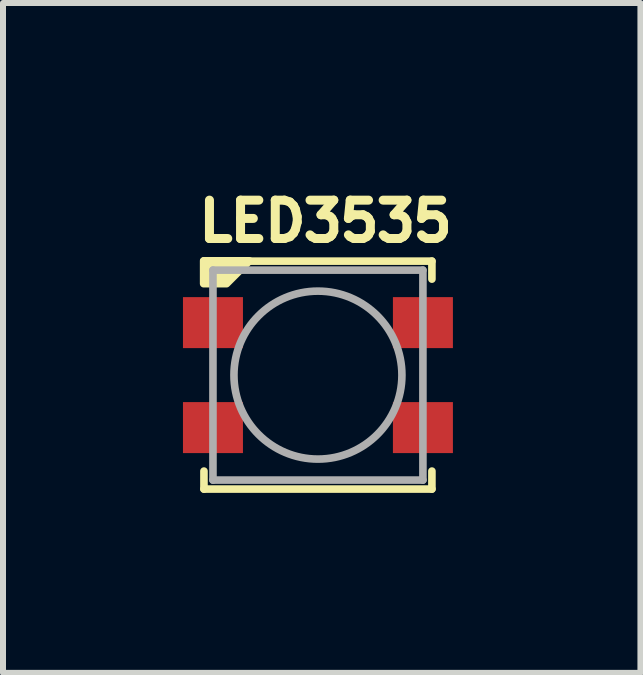
<source format=kicad_pcb>
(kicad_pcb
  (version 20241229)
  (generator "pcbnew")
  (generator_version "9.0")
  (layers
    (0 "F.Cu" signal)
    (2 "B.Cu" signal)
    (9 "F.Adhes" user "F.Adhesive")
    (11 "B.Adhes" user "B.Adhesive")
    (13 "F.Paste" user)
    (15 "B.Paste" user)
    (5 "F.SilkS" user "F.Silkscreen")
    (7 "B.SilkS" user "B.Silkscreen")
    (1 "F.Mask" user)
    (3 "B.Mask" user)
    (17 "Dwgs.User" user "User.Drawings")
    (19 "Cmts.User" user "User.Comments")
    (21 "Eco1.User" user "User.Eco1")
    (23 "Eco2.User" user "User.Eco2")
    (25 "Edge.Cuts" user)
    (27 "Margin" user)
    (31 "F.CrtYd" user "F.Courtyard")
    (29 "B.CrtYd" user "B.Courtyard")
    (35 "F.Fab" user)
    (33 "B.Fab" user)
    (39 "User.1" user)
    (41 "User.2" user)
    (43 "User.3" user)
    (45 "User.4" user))
  (footprint "LED3535"
    (layer "F.Cu")
    (at 2.25 3.203)
    (property "Reference" "LED3535" (at 0.127 -2.565 0) (layer "F.SilkS") (effects (font (size 0.64 0.64) (thickness 0.15))))
    (attr smd)
    (fp_line (start -1.9 -1.9) (end 1.9 -1.9) (stroke (width 0.127) (type solid)) (layer "F.SilkS"))
    (fp_line (start -1.9 -1.6) (end -1.9 -1.9) (stroke (width 0.127) (type solid)) (layer "F.SilkS"))
    (fp_line (start -1.9 1.6) (end -1.9 1.9) (stroke (width 0.127) (type solid)) (layer "F.SilkS"))
    (fp_line (start -1.9 1.9) (end 1.9 1.9) (stroke (width 0.127) (type solid)) (layer "F.SilkS"))
    (fp_line (start 1.9 -1.9) (end 1.9 -1.6) (stroke (width 0.127) (type solid)) (layer "F.SilkS"))
    (fp_line (start 1.9 1.9) (end 1.9 1.6) (stroke (width 0.127) (type solid)) (layer "F.SilkS"))
    (fp_poly (pts (xy -1.905 -1.905) (xy -1.905 -1.524) (xy -1.524 -1.524) (xy -1.143 -1.905)) (stroke (width 0.127) (type solid)) (fill yes) (layer "F.SilkS"))
    (fp_line (start -1.75 -1.75) (end 1.75 -1.75) (stroke (width 0.127) (type solid)) (layer "F.Fab"))
    (fp_line (start -1.75 1.75) (end -1.75 -1.75) (stroke (width 0.127) (type solid)) (layer "F.Fab"))
    (fp_line (start 1.75 -1.75) (end 1.75 1.75) (stroke (width 0.127) (type solid)) (layer "F.Fab"))
    (fp_line (start 1.75 1.75) (end -1.75 1.75) (stroke (width 0.127) (type solid)) (layer "F.Fab"))
    (fp_circle (center 0 0) (end 1.4 0) (stroke (width 0.127) (type solid)) (fill no) (layer "F.Fab"))
    (pad "1" smd rect (at -1.75 -0.875 90) (size 0.85 1) (layers "F.Cu" "F.Mask" "F.Paste"))
    (pad "2" smd rect (at -1.75 0.875 90) (size 0.85 1) (layers "F.Cu" "F.Mask" "F.Paste"))
    (pad "3" smd rect (at 1.75 0.875 90) (size 0.85 1) (layers "F.Cu" "F.Mask" "F.Paste"))
    (pad "4" smd rect (at 1.75 -0.875 90) (size 0.85 1) (layers "F.Cu" "F.Mask" "F.Paste")))
  (gr_rect
    (start -3 -3)
    (end 7.626 8.167)
    (stroke (width 0.1) (type default))
    (fill no)
    (layer "Edge.Cuts")))
</source>
